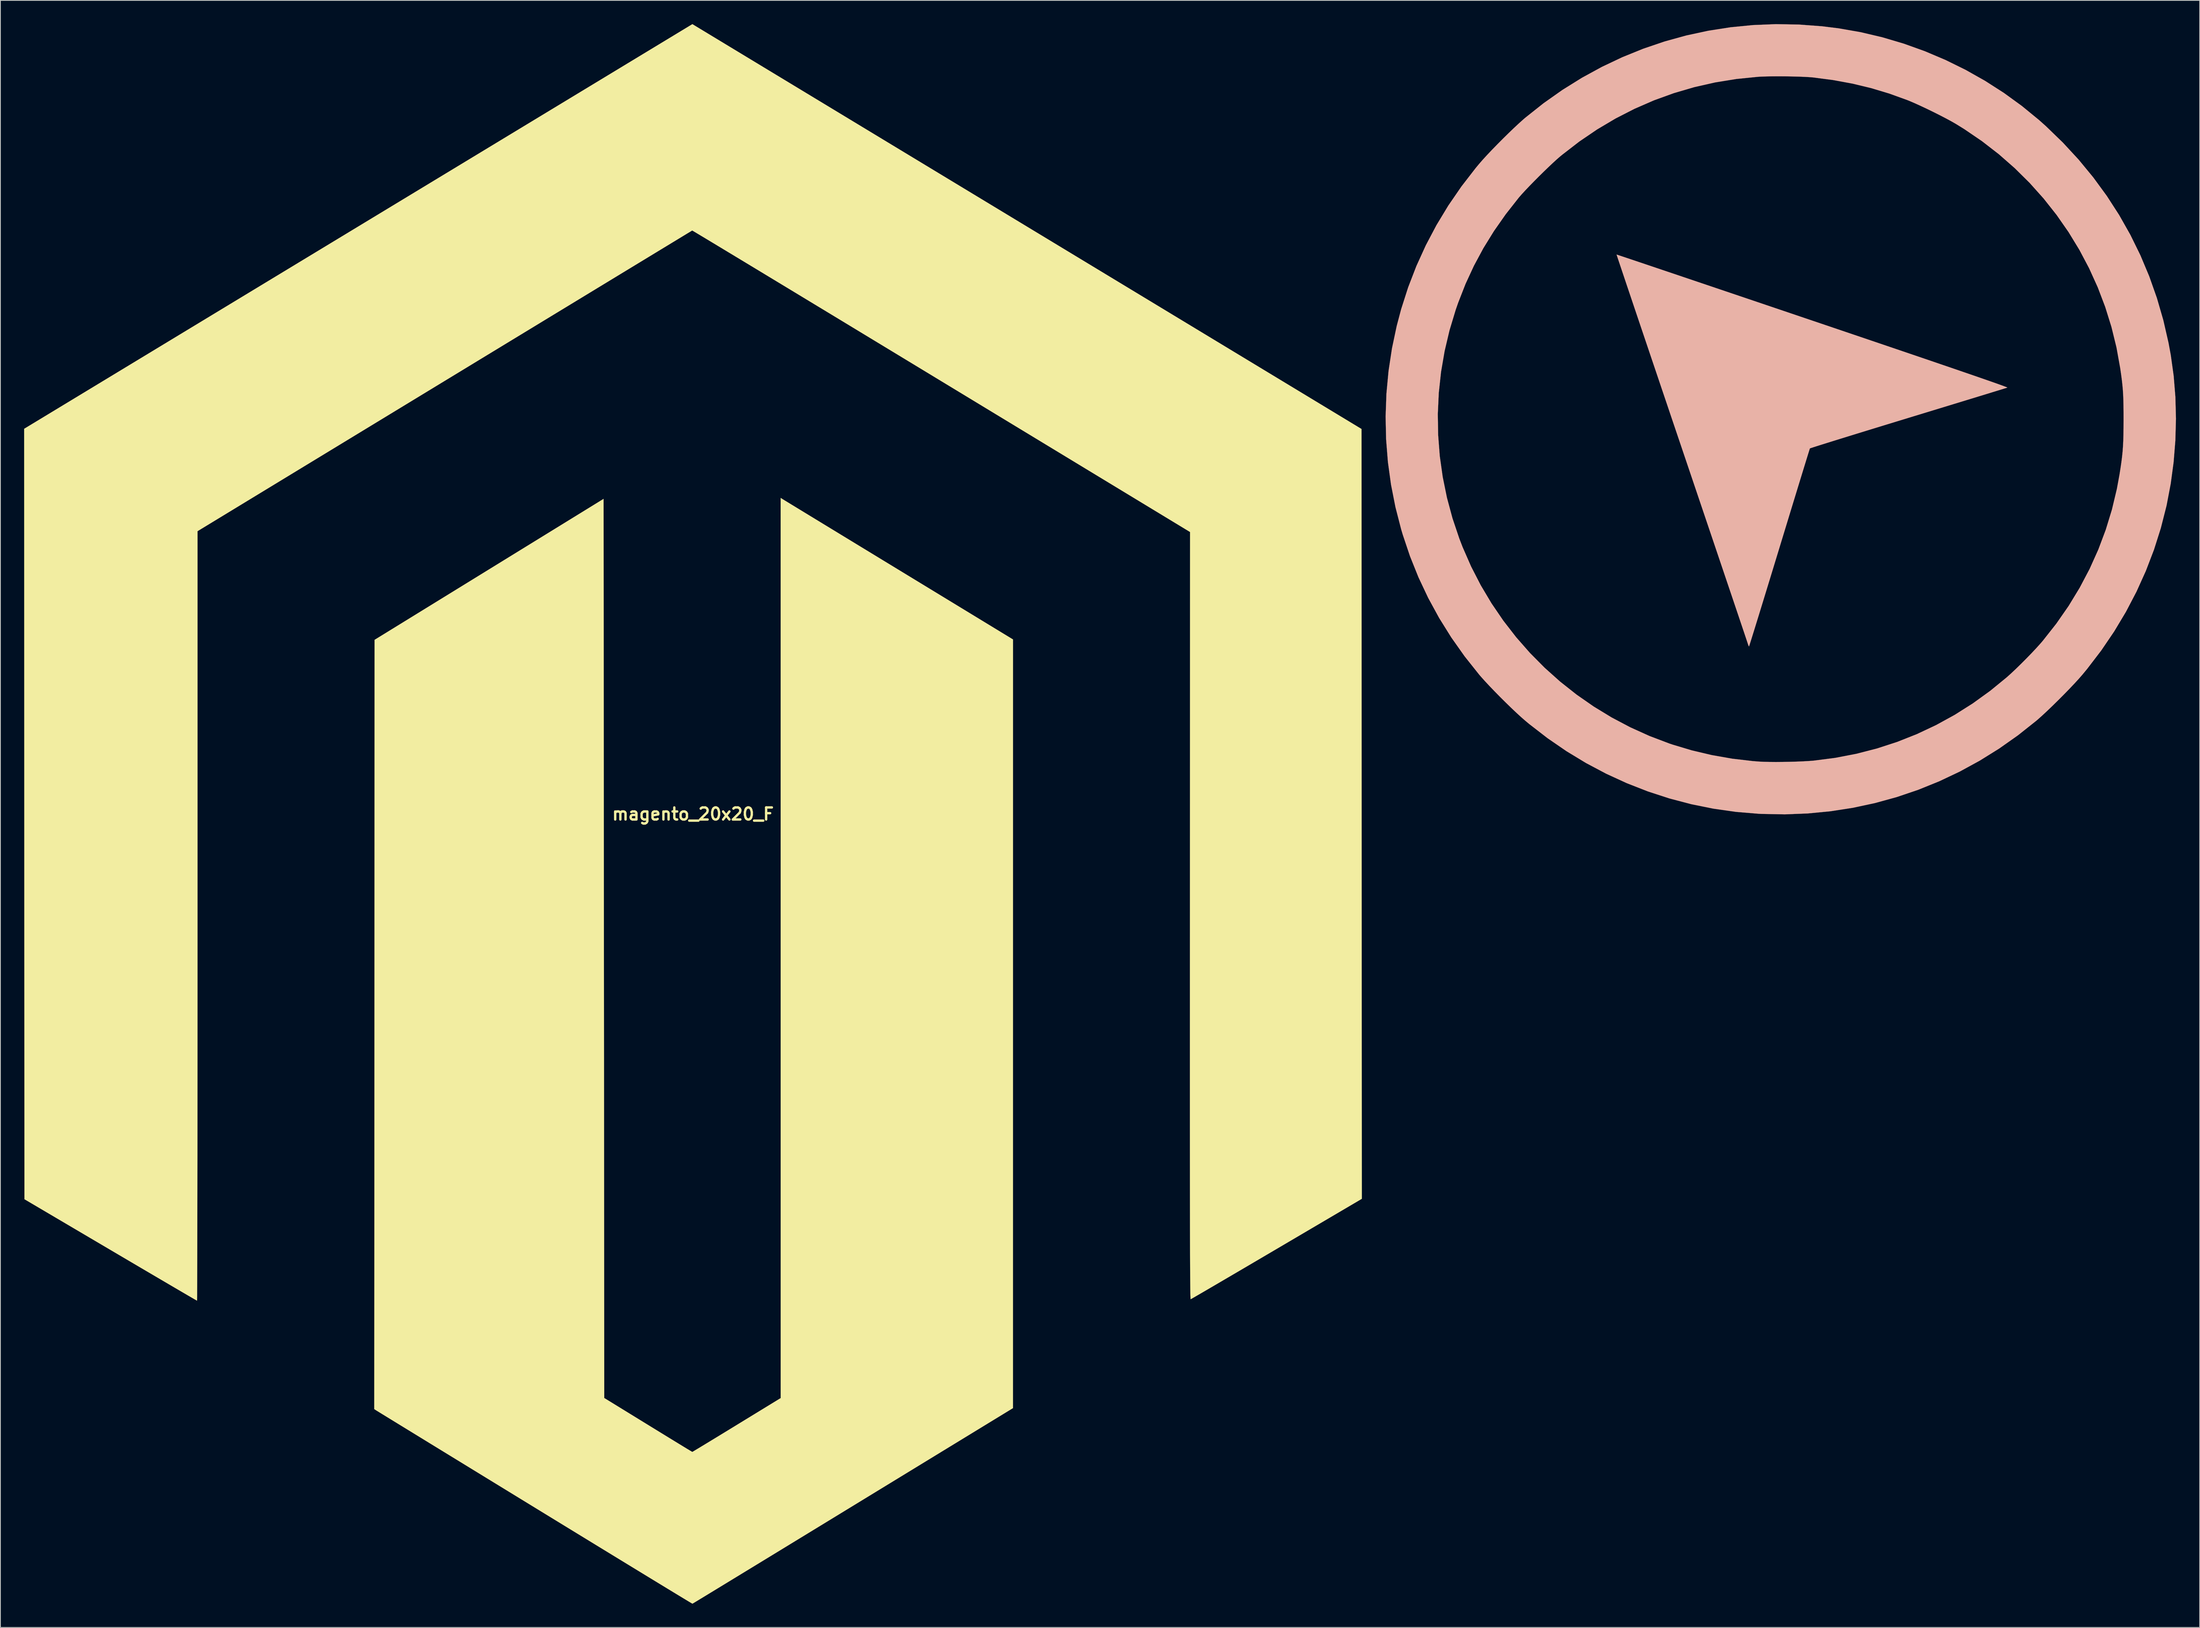
<source format=kicad_pcb>
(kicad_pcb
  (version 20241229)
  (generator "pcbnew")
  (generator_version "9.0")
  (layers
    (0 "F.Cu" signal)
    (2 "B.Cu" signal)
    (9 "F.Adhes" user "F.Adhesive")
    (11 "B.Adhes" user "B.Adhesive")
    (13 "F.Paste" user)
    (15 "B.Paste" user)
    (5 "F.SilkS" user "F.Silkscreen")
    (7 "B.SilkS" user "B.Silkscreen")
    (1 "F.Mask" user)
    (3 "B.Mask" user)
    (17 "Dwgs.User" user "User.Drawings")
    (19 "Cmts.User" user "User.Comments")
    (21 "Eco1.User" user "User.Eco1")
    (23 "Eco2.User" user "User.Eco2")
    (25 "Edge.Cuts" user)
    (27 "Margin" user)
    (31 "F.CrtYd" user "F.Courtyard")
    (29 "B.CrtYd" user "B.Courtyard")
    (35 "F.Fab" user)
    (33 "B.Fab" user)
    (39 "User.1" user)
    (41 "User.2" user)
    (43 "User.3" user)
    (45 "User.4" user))
  (footprint "magento_20x20_F"
    (layer "F.Cu")
    (at 84.58 99.912)
    (property "Reference" "magento_20x20_F" (at 0 0 0) (layer "F.SilkS") (effects (font (size 1.524 1.524) (thickness 0.3))))
    (attr through_hole)
    (fp_poly (pts (xy 11.282 -39.861) (xy 11.372 -39.806) (xy 11.6 -39.666) (xy 11.959 -39.448) (xy 12.441 -39.153) (xy 13.04 -38.788) (xy 13.749 -38.356) (xy 14.561 -37.861) (xy 15.469 -37.308) (xy 16.466 -36.7) (xy 17.545 -36.043) (xy 18.699 -35.34) (xy 19.921 -34.596) (xy 21.204 -33.814) (xy 22.542 -33) (xy 23.926 -32.156) (xy 25.351 -31.289) (xy 25.971 -30.911) (xy 40.471 -22.082) (xy 40.466 75.142) (xy 20.23 87.503) (xy 18.529 88.542) (xy 16.866 89.558) (xy 15.246 90.547) (xy 13.675 91.506) (xy 12.159 92.431) (xy 10.704 93.32) (xy 9.315 94.167) (xy 7.999 94.97) (xy 6.76 95.725) (xy 5.606 96.429) (xy 4.541 97.078) (xy 3.572 97.669) (xy 2.704 98.198) (xy 1.943 98.661) (xy 1.296 99.055) (xy 0.767 99.376) (xy 0.362 99.621) (xy 0.088 99.787) (xy -0.05 99.869) (xy -0.066 99.878) (xy -0.143 99.836) (xy -0.358 99.709) (xy -0.705 99.5) (xy -1.18 99.213) (xy -1.775 98.853) (xy -2.486 98.421) (xy -3.305 97.923) (xy -4.228 97.361) (xy -5.249 96.739) (xy -6.362 96.06) (xy -7.56 95.329) (xy -8.838 94.549) (xy -10.191 93.722) (xy -11.612 92.854) (xy -13.095 91.947) (xy -14.635 91.005) (xy -16.226 90.032) (xy -17.861 89.031) (xy -19.536 88.006) (xy -19.988 87.729) (xy -21.675 86.696) (xy -23.325 85.685) (xy -24.933 84.7) (xy -26.492 83.745) (xy -27.997 82.823) (xy -29.442 81.937) (xy -30.822 81.092) (xy -32.129 80.291) (xy -33.358 79.538) (xy -34.503 78.835) (xy -35.559 78.188) (xy -36.519 77.599) (xy -37.378 77.073) (xy -38.129 76.612) (xy -38.767 76.22) (xy -39.286 75.902) (xy -39.679 75.66) (xy -39.941 75.498) (xy -40.066 75.421) (xy -40.076 75.415) (xy -40.301 75.265) (xy -40.259 -22.034) (xy -11.303 -39.863) (xy -11.261 16.999) (xy -11.218 73.862) (xy -5.673 77.271) (xy -4.791 77.813) (xy -3.952 78.328) (xy -3.166 78.81) (xy -2.444 79.252) (xy -1.798 79.647) (xy -1.239 79.988) (xy -0.777 80.27) (xy -0.424 80.483) (xy -0.19 80.623) (xy -0.088 80.682) (xy -0.085 80.684) (xy -0.007 80.641) (xy 0.203 80.517) (xy 0.536 80.317) (xy 0.979 80.049) (xy 1.523 79.72) (xy 2.155 79.336) (xy 2.865 78.904) (xy 3.641 78.431) (xy 4.473 77.923) (xy 5.35 77.387) (xy 5.526 77.279) (xy 11.095 73.872) (xy 11.093 16.945) (xy 11.091 -39.982) (xy 11.282 -39.861)) (stroke (width 0.01) (type solid)) (fill yes) (layer "F.SilkS"))
    (fp_poly (pts (xy 42.233 -74.305) (xy 84.54 -48.704) (xy 84.561 -0.018) (xy 84.582 48.668) (xy 73.814 55.005) (xy 72.571 55.736) (xy 71.367 56.444) (xy 70.211 57.123) (xy 69.109 57.77) (xy 68.072 58.378) (xy 67.106 58.944) (xy 66.22 59.463) (xy 65.422 59.929) (xy 64.721 60.339) (xy 64.123 60.687) (xy 63.638 60.968) (xy 63.274 61.179) (xy 63.039 61.313) (xy 62.94 61.367) (xy 62.938 61.368) (xy 62.93 61.343) (xy 62.923 61.265) (xy 62.916 61.127) (xy 62.909 60.928) (xy 62.903 60.663) (xy 62.897 60.329) (xy 62.891 59.922) (xy 62.886 59.439) (xy 62.881 58.875) (xy 62.876 58.229) (xy 62.872 57.494) (xy 62.868 56.669) (xy 62.864 55.75) (xy 62.861 54.732) (xy 62.858 53.613) (xy 62.855 52.389) (xy 62.853 51.055) (xy 62.851 49.61) (xy 62.849 48.048) (xy 62.847 46.366) (xy 62.846 44.561) (xy 62.845 42.629) (xy 62.844 40.567) (xy 62.843 38.37) (xy 62.843 36.036) (xy 62.843 33.56) (xy 62.843 30.94) (xy 62.843 28.17) (xy 62.844 25.249) (xy 62.844 22.172) (xy 62.845 18.935) (xy 62.846 15.536) (xy 62.847 12.863) (xy 62.865 -35.669) (xy 31.411 -54.749) (xy 29.285 -56.039) (xy 27.195 -57.306) (xy 25.147 -58.548) (xy 23.144 -59.762) (xy 21.192 -60.945) (xy 19.296 -62.095) (xy 17.459 -63.208) (xy 15.686 -64.281) (xy 13.983 -65.312) (xy 12.354 -66.299) (xy 10.803 -67.237) (xy 9.336 -68.125) (xy 7.956 -68.96) (xy 6.669 -69.738) (xy 5.479 -70.457) (xy 4.39 -71.114) (xy 3.409 -71.707) (xy 2.538 -72.232) (xy 1.783 -72.687) (xy 1.149 -73.068) (xy 0.639 -73.374) (xy 0.26 -73.601) (xy 0.015 -73.746) (xy -0.091 -73.806) (xy -0.096 -73.808) (xy -0.171 -73.763) (xy -0.386 -73.633) (xy -0.737 -73.421) (xy -1.218 -73.129) (xy -1.825 -72.76) (xy -2.553 -72.318) (xy -3.399 -71.804) (xy -4.356 -71.223) (xy -5.42 -70.576) (xy -6.587 -69.867) (xy -7.853 -69.098) (xy -9.211 -68.273) (xy -10.658 -67.393) (xy -12.189 -66.463) (xy -13.799 -65.484) (xy -15.484 -64.459) (xy -17.239 -63.393) (xy -19.059 -62.286) (xy -20.94 -61.142) (xy -22.877 -59.965) (xy -24.865 -58.756) (xy -26.9 -57.519) (xy -28.976 -56.256) (xy -31.09 -54.971) (xy -31.401 -54.782) (xy -62.653 -35.776) (xy -62.653 12.888) (xy -62.653 15.751) (xy -62.654 18.572) (xy -62.654 21.345) (xy -62.655 24.067) (xy -62.656 26.732) (xy -62.657 29.336) (xy -62.658 31.874) (xy -62.66 34.341) (xy -62.662 36.732) (xy -62.663 39.044) (xy -62.665 41.27) (xy -62.667 43.407) (xy -62.67 45.45) (xy -62.672 47.393) (xy -62.675 49.233) (xy -62.677 50.964) (xy -62.68 52.581) (xy -62.683 54.081) (xy -62.686 55.458) (xy -62.689 56.708) (xy -62.693 57.825) (xy -62.696 58.805) (xy -62.699 59.644) (xy -62.703 60.337) (xy -62.706 60.878) (xy -62.71 61.263) (xy -62.714 61.488) (xy -62.717 61.55) (xy -62.796 61.507) (xy -63.013 61.383) (xy -63.359 61.182) (xy -63.827 60.91) (xy -64.409 60.57) (xy -65.096 60.168) (xy -65.881 59.708) (xy -66.755 59.195) (xy -67.711 58.634) (xy -68.74 58.029) (xy -69.834 57.386) (xy -70.985 56.708) (xy -72.186 56.001) (xy -73.428 55.269) (xy -73.66 55.132) (xy -84.54 48.718) (xy -84.557 -0.004) (xy -84.575 -48.726) (xy -42.325 -74.316) (xy -0.074 -99.907) (xy 42.233 -74.305)) (stroke (width 0.01) (type solid)) (fill yes) (layer "F.SilkS")))
  (footprint "navigate_10x10_B"
    (layer "F.Cu")
    (at 222.103 49.934)
    (property "Reference" "navigate_10x10_B" (at 0 0 0) (layer "B.SilkS") (effects (font (size 1.524 1.524) (thickness 0.3))))
    (attr through_hole)
    (fp_poly (pts (xy -20.642 -20.76) (xy -20.407 -20.682) (xy -20.024 -20.554) (xy -19.498 -20.378) (xy -18.837 -20.156) (xy -18.046 -19.89) (xy -17.131 -19.582) (xy -16.099 -19.234) (xy -14.955 -18.848) (xy -13.705 -18.426) (xy -12.357 -17.971) (xy -10.915 -17.484) (xy -9.387 -16.967) (xy -7.777 -16.423) (xy -6.093 -15.854) (xy -4.34 -15.261) (xy -2.525 -14.647) (xy -0.653 -14.014) (xy 1.269 -13.363) (xy 3.236 -12.697) (xy 4.079 -12.412) (xy 6.674 -11.533) (xy 9.111 -10.707) (xy 11.392 -9.933) (xy 13.52 -9.211) (xy 15.496 -8.539) (xy 17.325 -7.917) (xy 19.007 -7.344) (xy 20.545 -6.818) (xy 21.943 -6.34) (xy 23.201 -5.908) (xy 24.323 -5.522) (xy 25.311 -5.18) (xy 26.167 -4.883) (xy 26.894 -4.628) (xy 27.495 -4.416) (xy 27.97 -4.245) (xy 28.324 -4.114) (xy 28.559 -4.024) (xy 28.676 -3.972) (xy 28.69 -3.959) (xy 28.591 -3.927) (xy 28.339 -3.849) (xy 27.943 -3.727) (xy 27.411 -3.564) (xy 26.754 -3.362) (xy 25.979 -3.124) (xy 25.096 -2.854) (xy 24.113 -2.553) (xy 23.04 -2.225) (xy 21.885 -1.872) (xy 20.657 -1.497) (xy 19.366 -1.103) (xy 18.02 -0.692) (xy 16.628 -0.267) (xy 16.144 -0.119) (xy 14.741 0.31) (xy 13.382 0.725) (xy 12.075 1.126) (xy 10.831 1.508) (xy 9.658 1.869) (xy 8.564 2.207) (xy 7.558 2.518) (xy 6.65 2.8) (xy 5.847 3.051) (xy 5.159 3.266) (xy 4.595 3.445) (xy 4.163 3.583) (xy 3.873 3.678) (xy 3.732 3.728) (xy 3.72 3.734) (xy 3.69 3.823) (xy 3.614 4.064) (xy 3.494 4.45) (xy 3.333 4.971) (xy 3.133 5.62) (xy 2.897 6.386) (xy 2.629 7.261) (xy 2.329 8.237) (xy 2.003 9.304) (xy 1.651 10.454) (xy 1.277 11.678) (xy 0.883 12.968) (xy 0.473 14.313) (xy 0.048 15.706) (xy -0.132 16.297) (xy -0.562 17.706) (xy -0.978 19.07) (xy -1.379 20.381) (xy -1.761 21.629) (xy -2.122 22.807) (xy -2.459 23.905) (xy -2.769 24.914) (xy -3.051 25.826) (xy -3.3 26.633) (xy -3.515 27.324) (xy -3.692 27.893) (xy -3.829 28.329) (xy -3.924 28.625) (xy -3.973 28.771) (xy -3.979 28.785) (xy -4.025 28.712) (xy -4.098 28.523) (xy -4.156 28.342) (xy -4.194 28.227) (xy -4.284 27.957) (xy -4.424 27.54) (xy -4.611 26.981) (xy -4.845 26.287) (xy -5.122 25.464) (xy -5.44 24.519) (xy -5.798 23.458) (xy -6.193 22.286) (xy -6.624 21.011) (xy -7.087 19.639) (xy -7.581 18.176) (xy -8.103 16.628) (xy -8.652 15.002) (xy -9.226 13.304) (xy -9.822 11.541) (xy -10.438 9.718) (xy -11.072 7.842) (xy -11.722 5.919) (xy -12.386 3.956) (xy -12.518 3.564) (xy -13.183 1.599) (xy -13.833 -0.324) (xy -14.466 -2.2) (xy -15.082 -4.021) (xy -15.676 -5.783) (xy -16.249 -7.478) (xy -16.796 -9.1) (xy -17.317 -10.644) (xy -17.809 -12.102) (xy -18.27 -13.47) (xy -18.698 -14.741) (xy -19.091 -15.908) (xy -19.447 -16.965) (xy -19.763 -17.907) (xy -20.038 -18.727) (xy -20.27 -19.418) (xy -20.457 -19.976) (xy -20.596 -20.393) (xy -20.685 -20.663) (xy -20.722 -20.781) (xy -20.723 -20.786) (xy -20.642 -20.76)) (stroke (width 0.01) (type solid)) (fill yes) (layer "B.SilkS"))
    (fp_poly (pts (xy 2.324 -49.878) (xy 5.235 -49.662) (xy 7.348 -49.4) (xy 10.131 -48.914) (xy 12.886 -48.265) (xy 15.601 -47.459) (xy 18.267 -46.501) (xy 20.875 -45.395) (xy 23.414 -44.145) (xy 25.876 -42.756) (xy 28.25 -41.233) (xy 30.526 -39.581) (xy 32.696 -37.803) (xy 33.57 -37.022) (xy 35.709 -34.952) (xy 37.707 -32.791) (xy 39.56 -30.54) (xy 41.269 -28.203) (xy 42.832 -25.782) (xy 44.248 -23.278) (xy 45.515 -20.695) (xy 46.632 -18.035) (xy 47.598 -15.3) (xy 48.412 -12.493) (xy 49.072 -9.616) (xy 49.359 -8.057) (xy 49.724 -5.434) (xy 49.941 -2.749) (xy 50.012 -0.023) (xy 49.936 2.723) (xy 49.716 5.469) (xy 49.35 8.193) (xy 48.84 10.874) (xy 48.804 11.038) (xy 48.097 13.82) (xy 47.23 16.552) (xy 46.204 19.229) (xy 45.023 21.845) (xy 43.689 24.397) (xy 42.203 26.878) (xy 40.569 29.285) (xy 38.79 31.611) (xy 38.186 32.343) (xy 37.735 32.86) (xy 37.182 33.463) (xy 36.553 34.128) (xy 35.871 34.829) (xy 35.163 35.54) (xy 34.454 36.237) (xy 33.77 36.894) (xy 33.134 37.487) (xy 32.573 37.989) (xy 32.343 38.186) (xy 30.039 40.015) (xy 27.655 41.696) (xy 25.196 43.227) (xy 22.667 44.608) (xy 20.072 45.837) (xy 17.418 46.911) (xy 14.71 47.829) (xy 11.952 48.589) (xy 9.15 49.19) (xy 6.309 49.629) (xy 3.434 49.905) (xy 0.53 50.017) (xy -2.397 49.962) (xy -2.752 49.944) (xy -5.627 49.705) (xy -8.472 49.3) (xy -11.28 48.732) (xy -14.047 48.004) (xy -16.767 47.117) (xy -19.432 46.074) (xy -22.039 44.878) (xy -24.581 43.53) (xy -27.052 42.033) (xy -29.446 40.389) (xy -31.758 38.601) (xy -32.258 38.186) (xy -32.775 37.735) (xy -33.379 37.182) (xy -34.044 36.553) (xy -34.744 35.871) (xy -35.456 35.163) (xy -36.153 34.454) (xy -36.81 33.77) (xy -37.402 33.134) (xy -37.904 32.573) (xy -38.101 32.343) (xy -39.941 30.028) (xy -41.628 27.638) (xy -43.164 25.176) (xy -44.546 22.642) (xy -45.775 20.037) (xy -46.85 17.362) (xy -47.77 14.619) (xy -47.963 13.97) (xy -48.687 11.157) (xy -49.246 8.316) (xy -49.64 5.454) (xy -49.868 2.577) (xy -49.931 -0.306) (xy -49.919 -0.624) (xy -43.333 -0.624) (xy -43.29 2.041) (xy -43.084 4.699) (xy -42.712 7.344) (xy -42.177 9.969) (xy -41.477 12.568) (xy -40.614 15.133) (xy -40.197 16.214) (xy -39.121 18.671) (xy -37.9 21.045) (xy -36.54 23.33) (xy -35.047 25.52) (xy -33.427 27.611) (xy -31.685 29.597) (xy -29.827 31.473) (xy -27.859 33.233) (xy -25.787 34.872) (xy -23.615 36.384) (xy -21.35 37.764) (xy -18.997 39.007) (xy -16.563 40.108) (xy -14.053 41.061) (xy -13.674 41.189) (xy -11.222 41.925) (xy -8.694 42.522) (xy -6.117 42.976) (xy -3.522 43.28) (xy -2.709 43.344) (xy -2.12 43.373) (xy -1.398 43.389) (xy -0.581 43.395) (xy 0.294 43.389) (xy 1.191 43.373) (xy 2.072 43.348) (xy 2.901 43.313) (xy 3.641 43.27) (xy 4.233 43.222) (xy 6.942 42.872) (xy 9.603 42.359) (xy 12.211 41.687) (xy 14.762 40.857) (xy 17.253 39.87) (xy 19.679 38.728) (xy 22.036 37.434) (xy 24.321 35.988) (xy 26.529 34.393) (xy 28.621 32.682) (xy 29.166 32.192) (xy 29.782 31.611) (xy 30.44 30.97) (xy 31.11 30.297) (xy 31.761 29.625) (xy 32.364 28.983) (xy 32.888 28.402) (xy 33.177 28.065) (xy 34.883 25.9) (xy 36.44 23.66) (xy 37.845 21.348) (xy 39.098 18.969) (xy 40.196 16.526) (xy 41.137 14.023) (xy 41.92 11.464) (xy 42.543 8.854) (xy 42.878 7.027) (xy 43.01 6.187) (xy 43.118 5.444) (xy 43.203 4.764) (xy 43.269 4.114) (xy 43.317 3.461) (xy 43.351 2.772) (xy 43.373 2.014) (xy 43.384 1.154) (xy 43.388 0.159) (xy 43.388 0.127) (xy 43.387 -0.846) (xy 43.379 -1.68) (xy 43.363 -2.409) (xy 43.337 -3.064) (xy 43.299 -3.675) (xy 43.245 -4.276) (xy 43.176 -4.897) (xy 43.088 -5.57) (xy 42.979 -6.327) (xy 42.97 -6.392) (xy 42.494 -9.036) (xy 41.858 -11.629) (xy 41.067 -14.166) (xy 40.125 -16.641) (xy 39.035 -19.047) (xy 37.802 -21.379) (xy 36.429 -23.631) (xy 34.921 -25.797) (xy 33.282 -27.871) (xy 31.515 -29.846) (xy 29.624 -31.718) (xy 27.614 -33.481) (xy 25.489 -35.127) (xy 23.251 -36.652) (xy 22.183 -37.313) (xy 21.622 -37.635) (xy 20.941 -38.003) (xy 20.174 -38.401) (xy 19.359 -38.811) (xy 18.529 -39.215) (xy 17.721 -39.595) (xy 16.972 -39.935) (xy 16.315 -40.217) (xy 16.044 -40.326) (xy 13.769 -41.148) (xy 11.475 -41.838) (xy 9.134 -42.402) (xy 6.717 -42.849) (xy 4.195 -43.183) (xy 4.191 -43.184) (xy 3.688 -43.227) (xy 3.049 -43.263) (xy 2.307 -43.292) (xy 1.496 -43.313) (xy 0.648 -43.327) (xy -0.202 -43.332) (xy -1.022 -43.328) (xy -1.778 -43.316) (xy -2.437 -43.293) (xy -2.836 -43.271) (xy -5.574 -42.996) (xy -8.262 -42.56) (xy -10.898 -41.963) (xy -13.478 -41.207) (xy -15.999 -40.294) (xy -18.459 -39.223) (xy -20.853 -37.998) (xy -23.18 -36.618) (xy -25.435 -35.086) (xy -27.615 -33.401) (xy -27.855 -33.203) (xy -28.265 -32.848) (xy -28.76 -32.396) (xy -29.319 -31.868) (xy -29.918 -31.29) (xy -30.534 -30.683) (xy -31.143 -30.071) (xy -31.723 -29.477) (xy -32.251 -28.923) (xy -32.702 -28.434) (xy -33.054 -28.032) (xy -33.096 -27.982) (xy -34.746 -25.881) (xy -36.235 -23.755) (xy -37.572 -21.589) (xy -38.766 -19.369) (xy -39.824 -17.08) (xy -40.754 -14.706) (xy -41.069 -13.801) (xy -41.852 -11.207) (xy -42.47 -8.586) (xy -42.923 -5.944) (xy -43.21 -3.287) (xy -43.333 -0.624) (xy -49.919 -0.624) (xy -49.828 -3.188) (xy -49.56 -6.062) (xy -49.126 -8.92) (xy -48.527 -11.755) (xy -47.963 -13.885) (xy -47.079 -16.644) (xy -46.04 -19.334) (xy -44.847 -21.956) (xy -43.5 -24.507) (xy -42 -26.986) (xy -40.348 -29.392) (xy -38.544 -31.725) (xy -38.101 -32.258) (xy -37.651 -32.775) (xy -37.098 -33.379) (xy -36.468 -34.044) (xy -35.786 -34.744) (xy -35.079 -35.456) (xy -34.37 -36.153) (xy -33.685 -36.81) (xy -33.049 -37.402) (xy -32.489 -37.904) (xy -32.258 -38.101) (xy -29.955 -39.929) (xy -27.573 -41.609) (xy -25.116 -43.139) (xy -22.591 -44.519) (xy -20.003 -45.745) (xy -17.357 -46.818) (xy -14.659 -47.735) (xy -11.914 -48.494) (xy -9.127 -49.095) (xy -6.305 -49.535) (xy -3.452 -49.814) (xy -0.574 -49.929) (xy 2.324 -49.878)) (stroke (width 0.01) (type solid)) (fill yes) (layer "B.SilkS")))
  (gr_rect
    (start -3 -3)
    (end 275.12 202.795)
    (stroke (width 0.1) (type default))
    (fill no)
    (layer "Edge.Cuts")))
</source>
